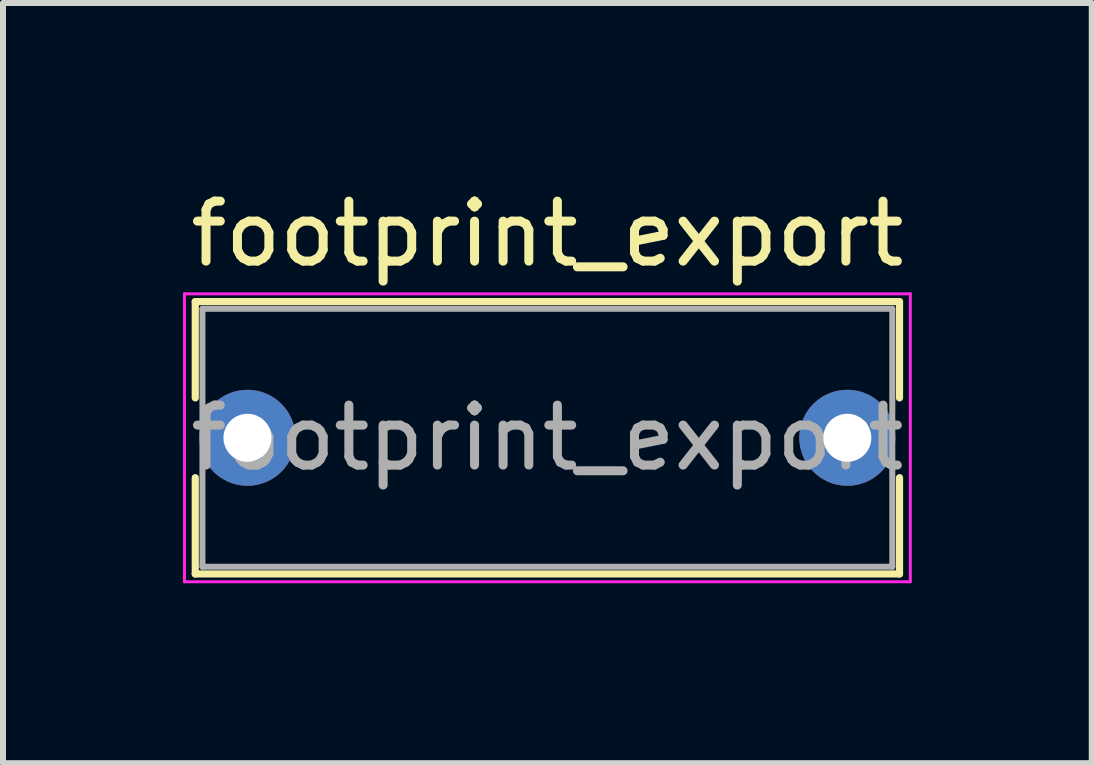
<source format=kicad_pcb>
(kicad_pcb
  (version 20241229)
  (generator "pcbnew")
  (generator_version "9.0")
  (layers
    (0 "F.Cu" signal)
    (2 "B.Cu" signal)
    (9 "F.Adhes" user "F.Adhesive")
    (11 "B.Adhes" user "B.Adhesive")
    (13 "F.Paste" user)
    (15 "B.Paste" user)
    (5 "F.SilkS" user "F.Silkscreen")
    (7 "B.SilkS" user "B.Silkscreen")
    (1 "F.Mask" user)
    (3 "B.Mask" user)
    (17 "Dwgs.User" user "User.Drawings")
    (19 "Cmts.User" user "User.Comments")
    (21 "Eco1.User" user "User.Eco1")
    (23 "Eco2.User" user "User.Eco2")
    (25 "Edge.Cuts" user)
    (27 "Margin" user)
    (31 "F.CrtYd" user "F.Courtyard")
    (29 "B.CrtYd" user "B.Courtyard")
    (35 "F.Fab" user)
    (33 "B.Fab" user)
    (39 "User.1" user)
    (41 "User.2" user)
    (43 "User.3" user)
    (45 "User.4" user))
  (footprint "footprint_export"
    (layer "F.Cu")
    (at 1.075 4.248)
    (property "Reference" "footprint_export" (at 5 -3.4 0) (layer "F.SilkS") (effects (font (size 1 1) (thickness 0.15))))
    (attr through_hole)
    (fp_line (start -0.87 -2.27) (end -0.87 -0.665) (stroke (width 0.12) (type solid)) (layer "F.SilkS"))
    (fp_line (start -0.87 -2.27) (end 10.87 -2.27) (stroke (width 0.12) (type solid)) (layer "F.SilkS"))
    (fp_line (start -0.87 0.665) (end -0.87 2.27) (stroke (width 0.12) (type solid)) (layer "F.SilkS"))
    (fp_line (start -0.87 2.27) (end 10.87 2.27) (stroke (width 0.12) (type solid)) (layer "F.SilkS"))
    (fp_line (start 10.87 -2.27) (end 10.87 -0.665) (stroke (width 0.12) (type solid)) (layer "F.SilkS"))
    (fp_line (start 10.87 0.665) (end 10.87 2.27) (stroke (width 0.12) (type solid)) (layer "F.SilkS"))
    (fp_line (start -1.05 -2.4) (end -1.05 2.4) (stroke (width 0.05) (type solid)) (layer "F.CrtYd"))
    (fp_line (start -1.05 2.4) (end 11.05 2.4) (stroke (width 0.05) (type solid)) (layer "F.CrtYd"))
    (fp_line (start 11.05 -2.4) (end -1.05 -2.4) (stroke (width 0.05) (type solid)) (layer "F.CrtYd"))
    (fp_line (start 11.05 2.4) (end 11.05 -2.4) (stroke (width 0.05) (type solid)) (layer "F.CrtYd"))
    (fp_line (start -0.75 -2.15) (end -0.75 2.15) (stroke (width 0.1) (type solid)) (layer "F.Fab"))
    (fp_line (start -0.75 2.15) (end 10.75 2.15) (stroke (width 0.1) (type solid)) (layer "F.Fab"))
    (fp_line (start 10.75 -2.15) (end -0.75 -2.15) (stroke (width 0.1) (type solid)) (layer "F.Fab"))
    (fp_line (start 10.75 2.15) (end 10.75 -2.15) (stroke (width 0.1) (type solid)) (layer "F.Fab"))
    (fp_text user "${REFERENCE}" (at 5 0 0) (layer "F.Fab") (effects (font (size 1 1) (thickness 0.15))))
    (pad "1" thru_hole circle (at 0 0) (size 1.6 1.6) (drill 0.8) (layers "*.Cu" "*.Mask"))
    (pad "2" thru_hole circle (at 10 0) (size 1.6 1.6) (drill 0.8) (layers "*.Cu" "*.Mask")))
  (gr_rect
    (start -3 -3)
    (end 15.15 9.673)
    (stroke (width 0.1) (type default))
    (fill no)
    (layer "Edge.Cuts")))
</source>
